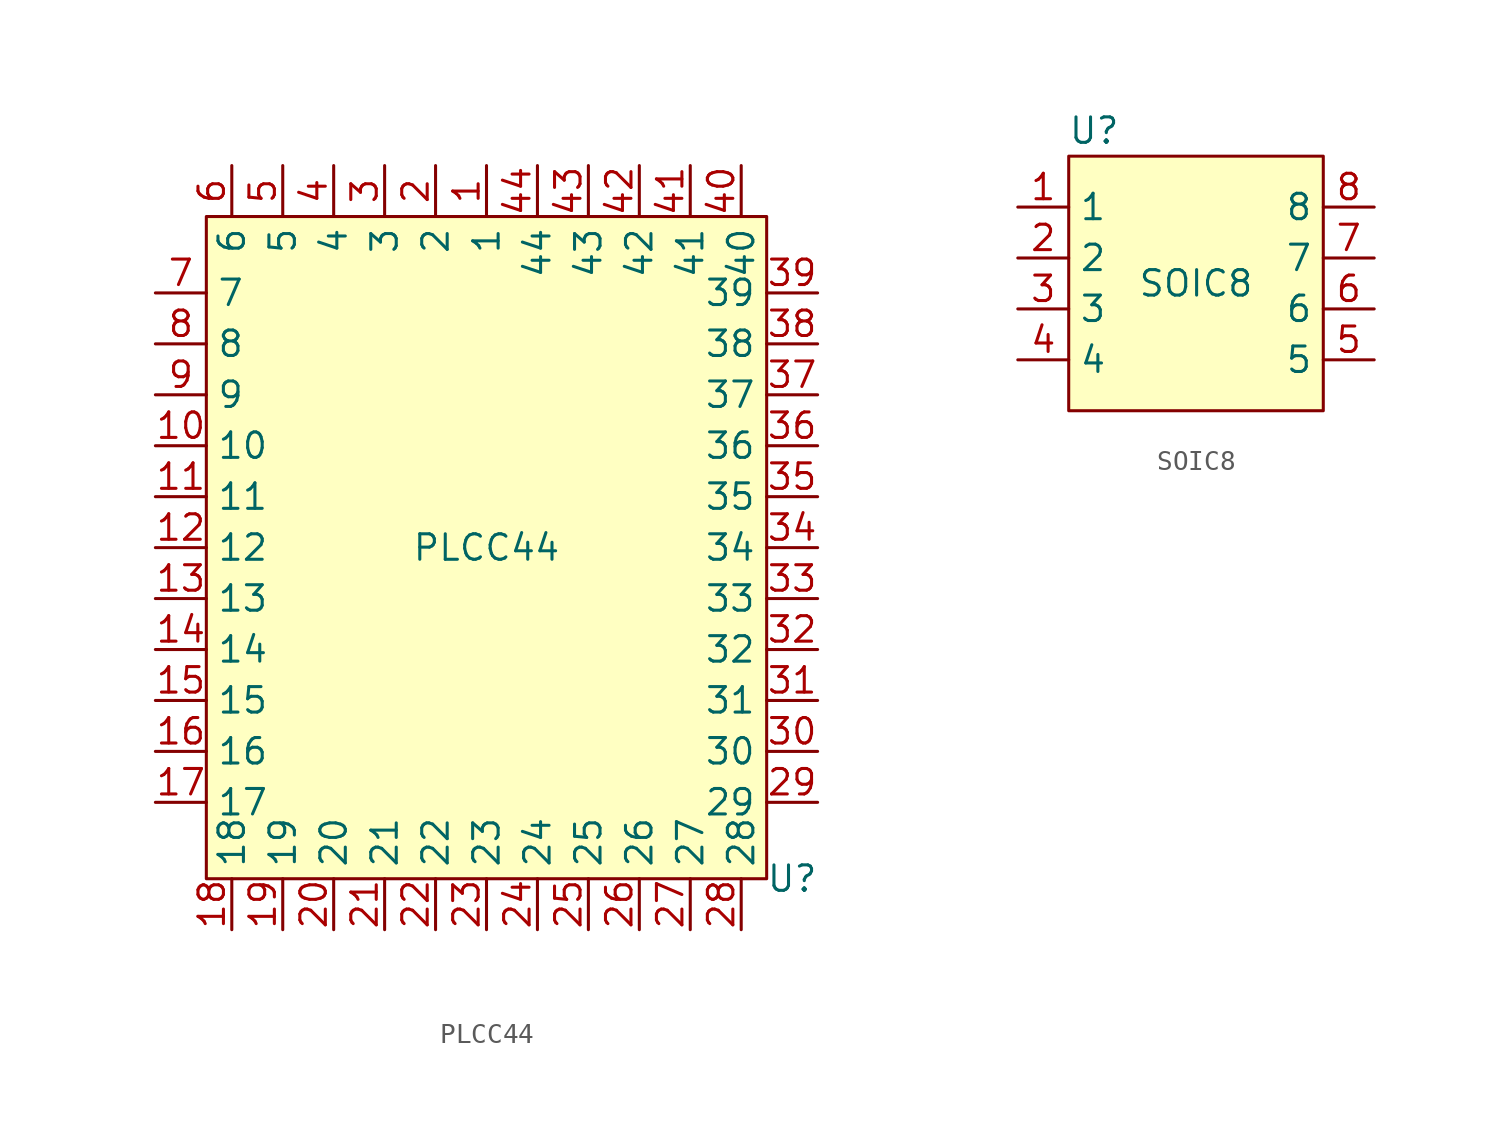
<source format=kicad_sym>
(kicad_symbol_lib
  (version 20211014)
  (generator kicad_symbol_editor)
  (symbol "PLCC44"
    (property "Reference" "U"
      (at 15.24 -16.51 0)
      (effects (font (size 1.27 1.27))))
    (property "Value" "PLCC44"
      (at 0 0 0)
      (effects (font (size 1.27 1.27))))
    (symbol "PLCC44_0_1"
      (rectangle (start -13.97 16.51) (end 13.97 -16.51) (stroke (width 0.152) (type default) (color 0 0 0 0)) (fill (type background))))
    (symbol "PLCC44_1_1"
      (pin input line (at 0 19.05 270) (length 2.54) (name "1" (effects (font (size 1.27 1.27)))) (number "1" (effects (font (size 1.27 1.27)))))
      (pin unspecified line (at -16.51 5.08 0) (length 2.54) (name "10" (effects (font (size 1.27 1.27)))) (number "10" (effects (font (size 1.27 1.27)))))
      (pin unspecified line (at -16.51 2.54 0) (length 2.54) (name "11" (effects (font (size 1.27 1.27)))) (number "11" (effects (font (size 1.27 1.27)))))
      (pin unspecified line (at -16.51 0 0) (length 2.54) (name "12" (effects (font (size 1.27 1.27)))) (number "12" (effects (font (size 1.27 1.27)))))
      (pin unspecified line (at -16.51 -2.54 0) (length 2.54) (name "13" (effects (font (size 1.27 1.27)))) (number "13" (effects (font (size 1.27 1.27)))))
      (pin unspecified line (at -16.51 -5.08 0) (length 2.54) (name "14" (effects (font (size 1.27 1.27)))) (number "14" (effects (font (size 1.27 1.27)))))
      (pin unspecified line (at -16.51 -7.62 0) (length 2.54) (name "15" (effects (font (size 1.27 1.27)))) (number "15" (effects (font (size 1.27 1.27)))))
      (pin unspecified line (at -16.51 -10.16 0) (length 2.54) (name "16" (effects (font (size 1.27 1.27)))) (number "16" (effects (font (size 1.27 1.27)))))
      (pin unspecified line (at -16.51 -12.7 0) (length 2.54) (name "17" (effects (font (size 1.27 1.27)))) (number "17" (effects (font (size 1.27 1.27)))))
      (pin unspecified line (at -12.7 -19.05 90) (length 2.54) (name "18" (effects (font (size 1.27 1.27)))) (number "18" (effects (font (size 1.27 1.27)))))
      (pin unspecified line (at -10.16 -19.05 90) (length 2.54) (name "19" (effects (font (size 1.27 1.27)))) (number "19" (effects (font (size 1.27 1.27)))))
      (pin input line (at -2.54 19.05 270) (length 2.54) (name "2" (effects (font (size 1.27 1.27)))) (number "2" (effects (font (size 1.27 1.27)))))
      (pin unspecified line (at -7.62 -19.05 90) (length 2.54) (name "20" (effects (font (size 1.27 1.27)))) (number "20" (effects (font (size 1.27 1.27)))))
      (pin unspecified line (at -5.08 -19.05 90) (length 2.54) (name "21" (effects (font (size 1.27 1.27)))) (number "21" (effects (font (size 1.27 1.27)))))
      (pin unspecified line (at -2.54 -19.05 90) (length 2.54) (name "22" (effects (font (size 1.27 1.27)))) (number "22" (effects (font (size 1.27 1.27)))))
      (pin unspecified line (at 0 -19.05 90) (length 2.54) (name "23" (effects (font (size 1.27 1.27)))) (number "23" (effects (font (size 1.27 1.27)))))
      (pin unspecified line (at 2.54 -19.05 90) (length 2.54) (name "24" (effects (font (size 1.27 1.27)))) (number "24" (effects (font (size 1.27 1.27)))))
      (pin unspecified line (at 5.08 -19.05 90) (length 2.54) (name "25" (effects (font (size 1.27 1.27)))) (number "25" (effects (font (size 1.27 1.27)))))
      (pin unspecified line (at 7.62 -19.05 90) (length 2.54) (name "26" (effects (font (size 1.27 1.27)))) (number "26" (effects (font (size 1.27 1.27)))))
      (pin unspecified line (at 10.16 -19.05 90) (length 2.54) (name "27" (effects (font (size 1.27 1.27)))) (number "27" (effects (font (size 1.27 1.27)))))
      (pin unspecified line (at 12.7 -19.05 90) (length 2.54) (name "28" (effects (font (size 1.27 1.27)))) (number "28" (effects (font (size 1.27 1.27)))))
      (pin unspecified line (at 16.51 -12.7 180) (length 2.54) (name "29" (effects (font (size 1.27 1.27)))) (number "29" (effects (font (size 1.27 1.27)))))
      (pin input line (at -5.08 19.05 270) (length 2.54) (name "3" (effects (font (size 1.27 1.27)))) (number "3" (effects (font (size 1.27 1.27)))))
      (pin unspecified line (at 16.51 -10.16 180) (length 2.54) (name "30" (effects (font (size 1.27 1.27)))) (number "30" (effects (font (size 1.27 1.27)))))
      (pin unspecified line (at 16.51 -7.62 180) (length 2.54) (name "31" (effects (font (size 1.27 1.27)))) (number "31" (effects (font (size 1.27 1.27)))))
      (pin unspecified line (at 16.51 -5.08 180) (length 2.54) (name "32" (effects (font (size 1.27 1.27)))) (number "32" (effects (font (size 1.27 1.27)))))
      (pin unspecified line (at 16.51 -2.54 180) (length 2.54) (name "33" (effects (font (size 1.27 1.27)))) (number "33" (effects (font (size 1.27 1.27)))))
      (pin unspecified line (at 16.51 0 180) (length 2.54) (name "34" (effects (font (size 1.27 1.27)))) (number "34" (effects (font (size 1.27 1.27)))))
      (pin unspecified line (at 16.51 2.54 180) (length 2.54) (name "35" (effects (font (size 1.27 1.27)))) (number "35" (effects (font (size 1.27 1.27)))))
      (pin unspecified line (at 16.51 5.08 180) (length 2.54) (name "36" (effects (font (size 1.27 1.27)))) (number "36" (effects (font (size 1.27 1.27)))))
      (pin unspecified line (at 16.51 7.62 180) (length 2.54) (name "37" (effects (font (size 1.27 1.27)))) (number "37" (effects (font (size 1.27 1.27)))))
      (pin unspecified line (at 16.51 10.16 180) (length 2.54) (name "38" (effects (font (size 1.27 1.27)))) (number "38" (effects (font (size 1.27 1.27)))))
      (pin unspecified line (at 16.51 12.7 180) (length 2.54) (name "39" (effects (font (size 1.27 1.27)))) (number "39" (effects (font (size 1.27 1.27)))))
      (pin input line (at -7.62 19.05 270) (length 2.54) (name "4" (effects (font (size 1.27 1.27)))) (number "4" (effects (font (size 1.27 1.27)))))
      (pin unspecified line (at 12.7 19.05 270) (length 2.54) (name "40" (effects (font (size 1.27 1.27)))) (number "40" (effects (font (size 1.27 1.27)))))
      (pin unspecified line (at 10.16 19.05 270) (length 2.54) (name "41" (effects (font (size 1.27 1.27)))) (number "41" (effects (font (size 1.27 1.27)))))
      (pin unspecified line (at 7.62 19.05 270) (length 2.54) (name "42" (effects (font (size 1.27 1.27)))) (number "42" (effects (font (size 1.27 1.27)))))
      (pin unspecified line (at 5.08 19.05 270) (length 2.54) (name "43" (effects (font (size 1.27 1.27)))) (number "43" (effects (font (size 1.27 1.27)))))
      (pin unspecified line (at 2.54 19.05 270) (length 2.54) (name "44" (effects (font (size 1.27 1.27)))) (number "44" (effects (font (size 1.27 1.27)))))
      (pin input line (at -10.16 19.05 270) (length 2.54) (name "5" (effects (font (size 1.27 1.27)))) (number "5" (effects (font (size 1.27 1.27)))))
      (pin input line (at -12.7 19.05 270) (length 2.54) (name "6" (effects (font (size 1.27 1.27)))) (number "6" (effects (font (size 1.27 1.27)))))
      (pin unspecified line (at -16.51 12.7 0) (length 2.54) (name "7" (effects (font (size 1.27 1.27)))) (number "7" (effects (font (size 1.27 1.27)))))
      (pin unspecified line (at -16.51 10.16 0) (length 2.54) (name "8" (effects (font (size 1.27 1.27)))) (number "8" (effects (font (size 1.27 1.27)))))
      (pin unspecified line (at -16.51 7.62 0) (length 2.54) (name "9" (effects (font (size 1.27 1.27)))) (number "9" (effects (font (size 1.27 1.27)))))))
  (symbol "SOIC8"
    (property "Reference" "U"
      (at -5.08 7.62 0)
      (effects (font (size 1.27 1.27))))
    (property "Value" "SOIC8"
      (at 0 0 0)
      (effects (font (size 1.27 1.27))))
    (symbol "SOIC8_0_1"
      (rectangle (start -6.35 6.35) (end 6.35 -6.35) (stroke (width 0.152) (type default) (color 0 0 0 0)) (fill (type background))))
    (symbol "SOIC8_1_1"
      (pin input line (at -8.89 3.81 0) (length 2.54) (name "1" (effects (font (size 1.27 1.27)))) (number "1" (effects (font (size 1.27 1.27)))))
      (pin input line (at -8.89 1.27 0) (length 2.54) (name "2" (effects (font (size 1.27 1.27)))) (number "2" (effects (font (size 1.27 1.27)))))
      (pin input line (at -8.89 -1.27 0) (length 2.54) (name "3" (effects (font (size 1.27 1.27)))) (number "3" (effects (font (size 1.27 1.27)))))
      (pin input line (at -8.89 -3.81 0) (length 2.54) (name "4" (effects (font (size 1.27 1.27)))) (number "4" (effects (font (size 1.27 1.27)))))
      (pin input line (at 8.89 -3.81 180) (length 2.54) (name "5" (effects (font (size 1.27 1.27)))) (number "5" (effects (font (size 1.27 1.27)))))
      (pin input line (at 8.89 -1.27 180) (length 2.54) (name "6" (effects (font (size 1.27 1.27)))) (number "6" (effects (font (size 1.27 1.27)))))
      (pin input line (at 8.89 1.27 180) (length 2.54) (name "7" (effects (font (size 1.27 1.27)))) (number "7" (effects (font (size 1.27 1.27)))))
      (pin input line (at 8.89 3.81 180) (length 2.54) (name "8" (effects (font (size 1.27 1.27)))) (number "8" (effects (font (size 1.27 1.27))))))))
</source>
